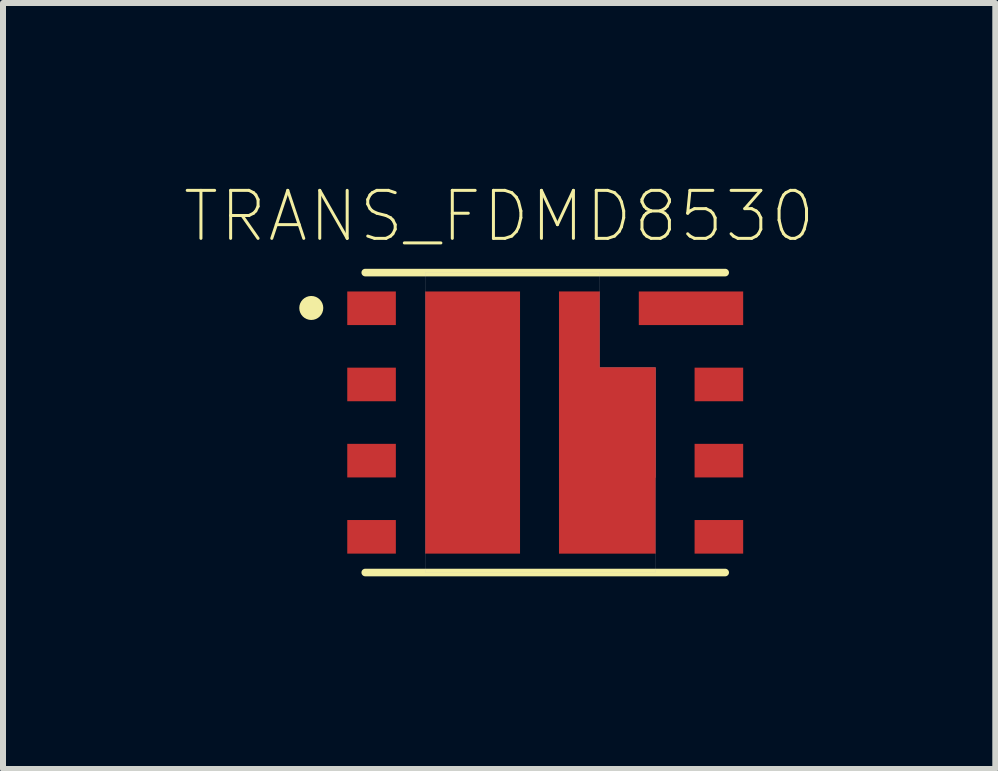
<source format=kicad_pcb>
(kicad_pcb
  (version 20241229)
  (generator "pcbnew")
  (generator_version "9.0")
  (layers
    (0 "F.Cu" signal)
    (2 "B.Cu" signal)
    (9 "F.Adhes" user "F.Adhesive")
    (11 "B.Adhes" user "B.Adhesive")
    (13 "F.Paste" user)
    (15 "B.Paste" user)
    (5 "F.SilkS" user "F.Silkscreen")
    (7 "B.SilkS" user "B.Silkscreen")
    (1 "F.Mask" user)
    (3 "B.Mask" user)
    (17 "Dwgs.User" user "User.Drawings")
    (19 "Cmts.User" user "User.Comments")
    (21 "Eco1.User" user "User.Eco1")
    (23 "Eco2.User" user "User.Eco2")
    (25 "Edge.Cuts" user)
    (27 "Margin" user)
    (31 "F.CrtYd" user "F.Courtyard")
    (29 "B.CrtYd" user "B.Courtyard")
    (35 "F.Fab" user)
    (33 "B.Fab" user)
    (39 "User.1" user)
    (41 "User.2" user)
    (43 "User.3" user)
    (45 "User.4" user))
  (footprint "TRANS_FDMD8530"
    (layer "F.Cu")
    (at 6.039 3.994)
    (property "Reference" "TRANS_FDMD8530" (at -0.768 -3.438 0) (layer "F.SilkS") (effects (font (size 0.8 0.8) (thickness 0.05))))
    (attr smd)
    (fp_poly (pts (xy 1.84 2.185) (xy 0.23 2.185) (xy 0.23 -2.185) (xy 0.91 -2.185) (xy 0.91 -0.915) (xy 1.84 -0.915)) (stroke (width 0.001) (type solid)) (fill yes) (layer "F.Cu"))
    (fp_poly (pts (xy 1.94 2.285) (xy 0.13 2.285) (xy 0.13 -2.285) (xy 1.01 -2.285) (xy 1.01 -1.02) (xy 1.94 -1.02)) (stroke (width 0.001) (type solid)) (fill yes) (layer "F.Mask"))
    (fp_line (start -3 -2.5) (end 3 -2.5) (stroke (width 0.127) (type solid)) (layer "F.SilkS"))
    (fp_line (start -3 2.5) (end 3 2.5) (stroke (width 0.127) (type solid)) (layer "F.SilkS"))
    (fp_circle (center -3.9 -1.91) (end -3.8 -1.91) (stroke (width 0.2) (type solid)) (fill no) (layer "F.SilkS"))
    (fp_poly (pts (xy 1.84 2.185) (xy 0.23 2.185) (xy 0.23 -2.185) (xy 0.91 -2.185) (xy 0.91 -0.92) (xy 1.84 -0.92)) (stroke (width 0.001) (type solid)) (fill yes) (layer "F.Paste"))
    (fp_poly (pts (xy 1.84 2.5) (xy -2 2.5) (xy -2 -2.5) (xy 0.91 -2.5) (xy 0.91 -0.92) (xy 1.84 -0.92)) (stroke (width 0.001) (type solid)) (fill no) (layer "Dwgs.User"))
    (fp_poly (pts (xy 1.84 2.5) (xy -2 2.5) (xy -2 -2.5) (xy 0.91 -2.5) (xy 0.91 -0.92) (xy 1.84 -0.92)) (stroke (width 0.001) (type solid)) (fill no) (layer "Dwgs.User"))
    (fp_line (start -3.55 -2.75) (end 3.55 -2.75) (stroke (width 0.05) (type solid)) (layer "Eco1.User"))
    (fp_line (start -3.55 2.75) (end -3.55 -2.75) (stroke (width 0.05) (type solid)) (layer "Eco1.User"))
    (fp_line (start 3.55 -2.75) (end 3.55 2.75) (stroke (width 0.05) (type solid)) (layer "Eco1.User"))
    (fp_line (start 3.55 2.75) (end -3.55 2.75) (stroke (width 0.05) (type solid)) (layer "Eco1.User"))
    (fp_line (start -3 -2.5) (end 3 -2.5) (stroke (width 0.127) (type solid)) (layer "Eco2.User"))
    (fp_line (start -3 2.5) (end -3 -2.5) (stroke (width 0.127) (type solid)) (layer "Eco2.User"))
    (fp_line (start 3 -2.5) (end 3 2.5) (stroke (width 0.127) (type solid)) (layer "Eco2.User"))
    (fp_line (start 3 2.5) (end -3 2.5) (stroke (width 0.127) (type solid)) (layer "Eco2.User"))
    (fp_circle (center -3.9 -1.91) (end -3.8 -1.91) (stroke (width 0.2) (type solid)) (fill no) (layer "Eco2.User"))
    (pad "1" smd rect (at -2.895 -1.905 180) (size 0.81 0.56) (layers "F.Cu" "F.Mask" "F.Paste"))
    (pad "2" smd rect (at -2.895 -0.635 180) (size 0.81 0.56) (layers "F.Cu" "F.Mask" "F.Paste"))
    (pad "3" smd rect (at -2.895 0.635 180) (size 0.81 0.56) (layers "F.Cu" "F.Mask" "F.Paste"))
    (pad "4" smd rect (at -2.895 1.905 180) (size 0.81 0.56) (layers "F.Cu" "F.Mask" "F.Paste"))
    (pad "5" smd rect (at 2.895 1.905 180) (size 0.81 0.56) (layers "F.Cu" "F.Mask" "F.Paste"))
    (pad "6" smd rect (at 2.895 0.635 180) (size 0.81 0.56) (layers "F.Cu" "F.Mask" "F.Paste"))
    (pad "7" smd rect (at 2.895 -0.635 180) (size 0.81 0.56) (layers "F.Cu" "F.Mask" "F.Paste"))
    (pad "8" smd rect (at 2.43 -1.905 180) (size 1.74 0.56) (layers "F.Cu" "F.Mask" "F.Paste"))
    (pad "9" smd rect (at -1.21 0 90) (size 4.37 1.58) (layers "F.Cu" "F.Mask" "F.Paste"))
    (pad "10" smd rect (at 1.035 0 90) (size 1.84 1.61) (layers "F.Cu" "F.Mask" "F.Paste")))
  (gr_rect
    (start -3 -3)
    (end 13.542 9.769)
    (stroke (width 0.1) (type default))
    (fill no)
    (layer "Edge.Cuts")))
</source>
